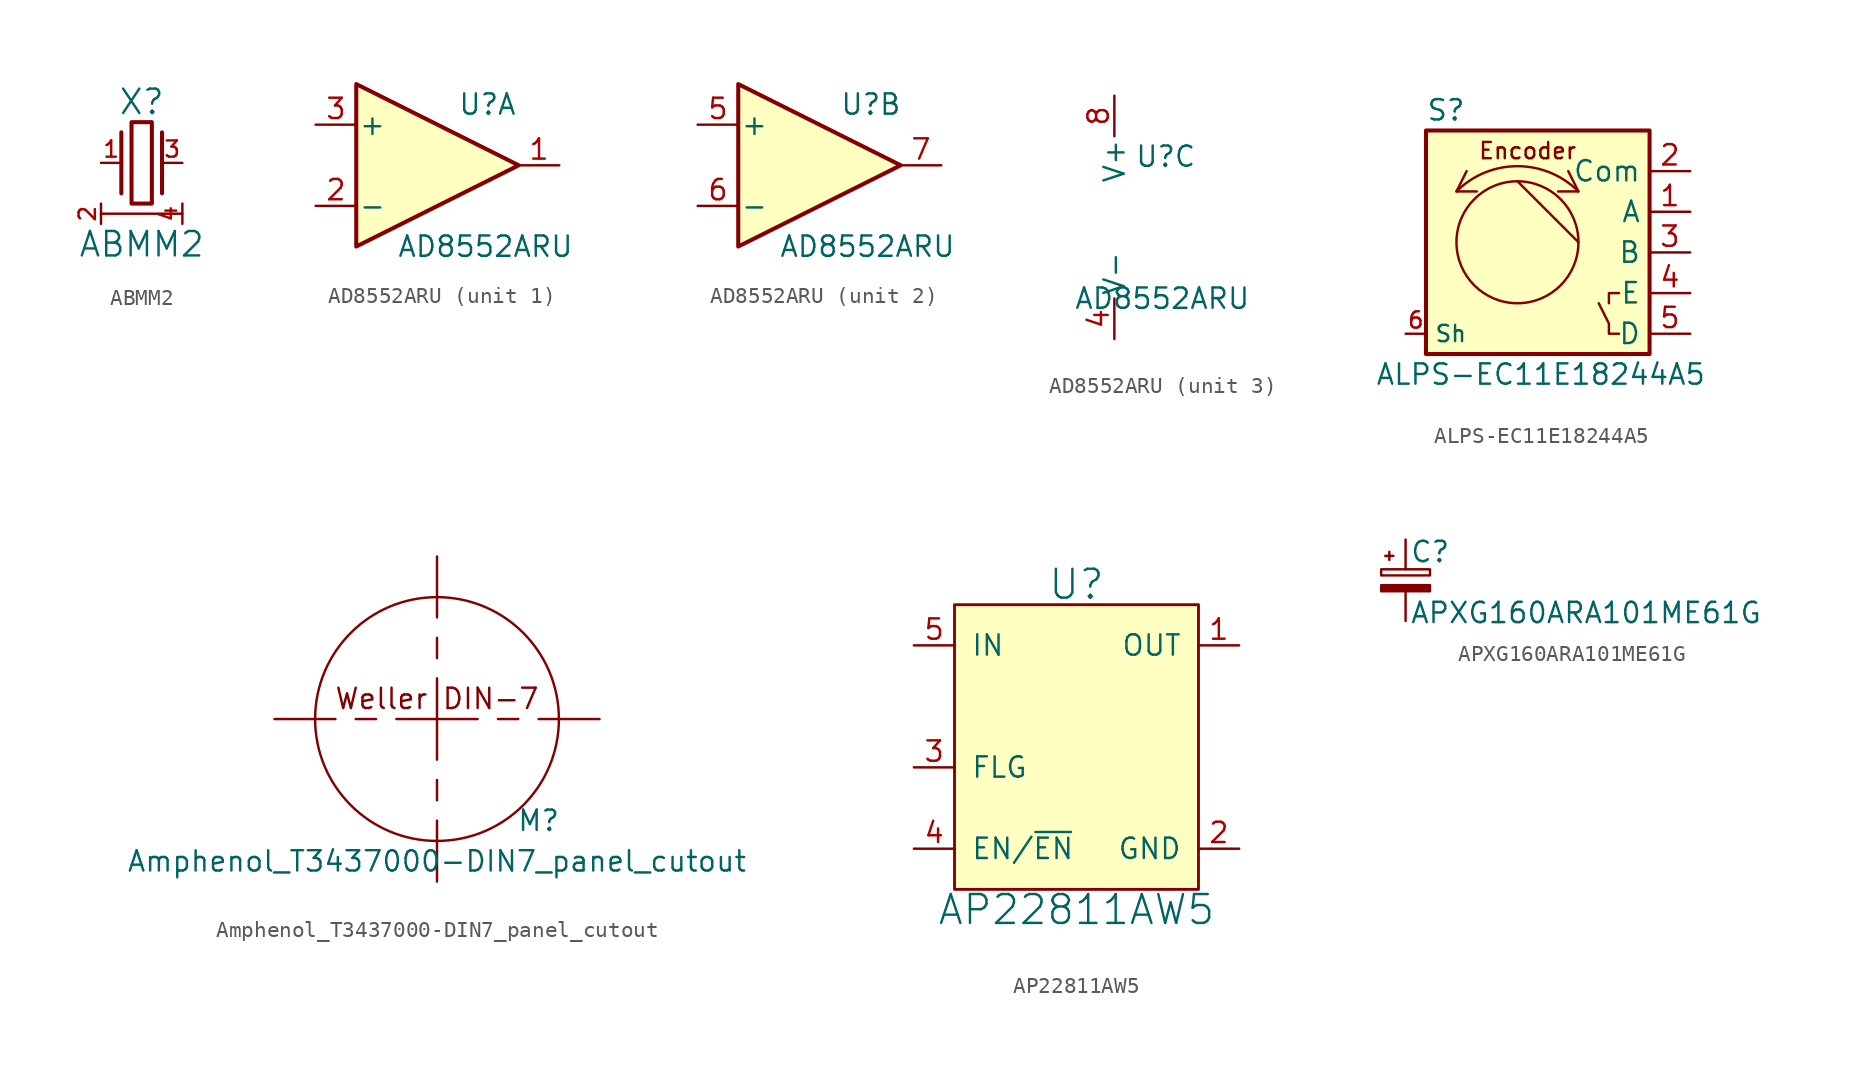
<source format=kicad_sym>
(kicad_symbol_lib
  (version 20211014)
  (generator kicad_symbol_editor)
  (symbol "ABMM2"
    (pin_names
      (offset 1.016) hide)
    (property "Reference" "X"
      (at 0 3.81 0)
      (effects (font (size 1.524 1.524))))
    (property "Value" "ABMM2"
      (at 0 -5.08 0)
      (effects (font (size 1.524 1.524))))
    (symbol "ABMM2_0_0"
      (rectangle (start -0.635 2.54) (end 0.635 -2.54) (stroke (width 0.254) (type default) (color 0 0 0 0)) (fill (type none)))
      (polyline (pts (xy -1.27 1.905) (xy -1.27 -1.905)) (stroke (width 0.254) (type default) (color 0 0 0 0)) (fill (type none)))
      (polyline (pts (xy 1.27 1.905) (xy 1.27 -1.905)) (stroke (width 0.254) (type default) (color 0 0 0 0)) (fill (type none))))
    (symbol "ABMM2_0_1"
      (polyline (pts (xy -2.54 -3.175) (xy 2.54 -3.175)) (stroke (width 0) (type default) (color 0 0 0 0)) (fill (type none)))
      (pin passive line (at -2.54 0 0) (length 1.27) (name "1" (effects (font (size 1.016 1.016)))) (number "1" (effects (font (size 1.016 1.016)))))
      (pin passive line (at -2.54 -3.81 90) (length 1.27) (name "2" (effects (font (size 1.016 1.016)))) (number "2" (effects (font (size 1.016 1.016)))))
      (pin passive line (at 2.54 0 180) (length 1.27) (name "3" (effects (font (size 1.016 1.016)))) (number "3" (effects (font (size 1.016 1.016)))))
      (pin passive line (at 2.54 -3.81 90) (length 1.27) (name "4" (effects (font (size 1.016 1.016)))) (number "4" (effects (font (size 1.016 1.016)))))))
  (symbol "AD8552ARU"
    (pin_names
      (offset 0.127))
    (property "Reference" "U"
      (at 1.27 3.81 0)
      (effects (font (size 1.27 1.27)) (justify left)))
    (property "Value" "AD8552ARU"
      (at -2.54 -5.08 0)
      (effects (font (size 1.27 1.27)) (justify left)))
    (property "ki_locked" ""
      (at 0 0 0)
      (effects (font (size 1.27 1.27))))
    (symbol "AD8552ARU_1_1"
      (polyline (pts (xy -5.08 5.08) (xy 5.08 0) (xy -5.08 -5.08) (xy -5.08 5.08)) (stroke (width 0.254) (type default) (color 0 0 0 0)) (fill (type background)))
      (pin output line (at 7.62 0 180) (length 2.54) (name "~" (effects (font (size 1.27 1.27)))) (number "1" (effects (font (size 1.27 1.27)))))
      (pin input line (at -7.62 -2.54 0) (length 2.54) (name "-" (effects (font (size 1.27 1.27)))) (number "2" (effects (font (size 1.27 1.27)))))
      (pin input line (at -7.62 2.54 0) (length 2.54) (name "+" (effects (font (size 1.27 1.27)))) (number "3" (effects (font (size 1.27 1.27))))))
    (symbol "AD8552ARU_2_1"
      (polyline (pts (xy -5.08 5.08) (xy 5.08 0) (xy -5.08 -5.08) (xy -5.08 5.08)) (stroke (width 0.254) (type default) (color 0 0 0 0)) (fill (type background)))
      (pin input line (at -7.62 2.54 0) (length 2.54) (name "+" (effects (font (size 1.27 1.27)))) (number "5" (effects (font (size 1.27 1.27)))))
      (pin input line (at -7.62 -2.54 0) (length 2.54) (name "-" (effects (font (size 1.27 1.27)))) (number "6" (effects (font (size 1.27 1.27)))))
      (pin output line (at 7.62 0 180) (length 2.54) (name "~" (effects (font (size 1.27 1.27)))) (number "7" (effects (font (size 1.27 1.27))))))
    (symbol "AD8552ARU_3_1"
      (pin power_in line (at 0 -7.62 90) (length 2.54) (name "V-" (effects (font (size 1.27 1.27)))) (number "4" (effects (font (size 1.27 1.27)))))
      (pin power_in line (at 0 7.62 270) (length 2.54) (name "V+" (effects (font (size 1.27 1.27)))) (number "8" (effects (font (size 1.27 1.27)))))))
  (symbol "ALPS-EC11E18244A5"
    (property "Reference" "S"
      (at -6.35 8.89 0)
      (effects (font (size 1.27 1.27)) (justify left)))
    (property "Value" "ALPS-EC11E18244A5"
      (at -9.525 -7.62 0)
      (effects (font (size 1.27 1.27)) (justify left)))
    (symbol "ALPS-EC11E18244A5_0_0"
      (polyline (pts (xy -0.635 4.445) (xy 3.175 0.635)) (stroke (width 0) (type default) (color 0 0 0 0)) (fill (type none)))
      (polyline (pts (xy -3.81 5.08) (xy -4.445 3.81) (xy -3.175 3.81)) (stroke (width 0) (type default) (color 0 0 0 0)) (fill (type none)))
      (polyline (pts (xy 2.54 5.08) (xy 3.175 3.81) (xy 1.905 3.81)) (stroke (width 0) (type default) (color 0 0 0 0)) (fill (type none)))
      (polyline (pts (xy 5.08 -3.175) (xy 5.08 -2.54) (xy 5.715 -2.54)) (stroke (width 0) (type default) (color 0 0 0 0)) (fill (type none)))
      (polyline (pts (xy 5.715 -5.08) (xy 5.08 -5.08) (xy 5.08 -4.445) (xy 4.445 -3.175)) (stroke (width 0) (type default) (color 0 0 0 0)) (fill (type none)))
      (arc (start 3.175 3.81) (mid -0.635 5.3882) (end -4.445 3.81) (stroke (width 0) (type default) (color 0 0 0 0)) (fill (type none)))
      (text "Encoder" (at 0 6.35 0) (effects (font (size 1.016 1.016)))))
    (symbol "ALPS-EC11E18244A5_0_1"
      (circle (center -0.635 0.635) (radius 3.81) (stroke (width 0) (type default) (color 0 0 0 0)) (fill (type none)))
      (rectangle (start 7.62 7.62) (end -6.35 -6.35) (stroke (width 0.254) (type default) (color 0 0 0 0)) (fill (type background))))
    (symbol "ALPS-EC11E18244A5_1_1"
      (pin passive line (at 10.16 2.54 180) (length 2.54) (name "A" (effects (font (size 1.27 1.27)))) (number "1" (effects (font (size 1.27 1.27)))))
      (pin passive line (at 10.16 5.08 180) (length 2.54) (name "Com" (effects (font (size 1.27 1.27)))) (number "2" (effects (font (size 1.27 1.27)))))
      (pin passive line (at 10.16 0 180) (length 2.54) (name "B" (effects (font (size 1.27 1.27)))) (number "3" (effects (font (size 1.27 1.27)))))
      (pin passive line (at 10.16 -2.54 180) (length 2.54) (name "E" (effects (font (size 1.27 1.27)))) (number "4" (effects (font (size 1.27 1.27)))))
      (pin passive line (at 10.16 -5.08 180) (length 2.54) (name "D" (effects (font (size 1.27 1.27)))) (number "5" (effects (font (size 1.27 1.27)))))
      (pin passive line (at -7.62 -5.08 0) (length 1.27) (name "Sh" (effects (font (size 1.016 1.016)))) (number "6" (effects (font (size 1.016 1.016)))))))
  (symbol "Amphenol_T3437000-DIN7_panel_cutout"
    (pin_names
      (offset 1.016))
    (property "Reference" "M"
      (at 6.35 -6.35 0)
      (effects (font (size 1.27 1.27))))
    (property "Value" "Amphenol_T3437000-DIN7_panel_cutout"
      (at 0 -8.89 0)
      (effects (font (size 1.27 1.27))))
    (symbol "Amphenol_T3437000-DIN7_panel_cutout_0_0"
      (polyline (pts (xy -6.35 0) (xy -10.16 0)) (stroke (width 0) (type default) (color 0 0 0 0)) (fill (type none)))
      (polyline (pts (xy -3.81 0) (xy -5.08 0)) (stroke (width 0) (type default) (color 0 0 0 0)) (fill (type none)))
      (polyline (pts (xy -2.54 0) (xy 2.54 0)) (stroke (width 0) (type default) (color 0 0 0 0)) (fill (type none)))
      (polyline (pts (xy 0 -6.35) (xy 0 -10.16)) (stroke (width 0) (type default) (color 0 0 0 0)) (fill (type none)))
      (polyline (pts (xy 0 -3.81) (xy 0 -5.08)) (stroke (width 0) (type default) (color 0 0 0 0)) (fill (type none)))
      (polyline (pts (xy 0 2.54) (xy 0 -2.54)) (stroke (width 0) (type default) (color 0 0 0 0)) (fill (type none)))
      (polyline (pts (xy 0 3.81) (xy 0 5.08)) (stroke (width 0) (type default) (color 0 0 0 0)) (fill (type none)))
      (polyline (pts (xy 0 6.35) (xy 0 10.16)) (stroke (width 0) (type default) (color 0 0 0 0)) (fill (type none)))
      (polyline (pts (xy 3.81 0) (xy 5.08 0)) (stroke (width 0) (type default) (color 0 0 0 0)) (fill (type none)))
      (polyline (pts (xy 6.35 0) (xy 10.16 0)) (stroke (width 0) (type default) (color 0 0 0 0)) (fill (type none)))
      (circle (center 0 0) (radius 7.62) (stroke (width 0) (type default) (color 0 0 0 0)) (fill (type none)))
      (text "Weller DIN-7" (at 0 1.27 0) (effects (font (size 1.27 1.27))))))
  (symbol "AP22811AW5"
    (pin_names
      (offset 1.016))
    (property "Reference" "U"
      (at 0 11.43 0)
      (effects (font (size 1.803 1.803))))
    (property "Value" "AP22811AW5"
      (at 0 -8.89 0)
      (effects (font (size 1.803 1.803))))
    (symbol "AP22811AW5_0_1"
      (rectangle (start -7.62 10.16) (end 7.62 -7.62) (stroke (width 0.178) (type default) (color 0 0 0 0)) (fill (type background))))
    (symbol "AP22811AW5_1_1"
      (pin power_out line (at 10.16 7.62 180) (length 2.54) (name "OUT" (effects (font (size 1.27 1.27)))) (number "1" (effects (font (size 1.27 1.27)))))
      (pin power_in line (at 10.16 -5.08 180) (length 2.54) (name "GND" (effects (font (size 1.27 1.27)))) (number "2" (effects (font (size 1.27 1.27)))))
      (pin open_collector line (at -10.16 0 0) (length 2.54) (name "FLG" (effects (font (size 1.27 1.27)))) (number "3" (effects (font (size 1.27 1.27)))))
      (pin input line (at -10.16 -5.08 0) (length 2.54) (name "EN/~{EN}" (effects (font (size 1.27 1.27)))) (number "4" (effects (font (size 1.27 1.27)))))
      (pin power_in line (at -10.16 7.62 0) (length 2.54) (name "IN" (effects (font (size 1.27 1.27)))) (number "5" (effects (font (size 1.27 1.27)))))))
  (symbol "APXG160ARA101ME61G"
    (pin_numbers hide)
    (pin_names
      (offset 0.254) hide)
    (property "Reference" "C"
      (at 0.254 1.778 0)
      (effects (font (size 1.27 1.27)) (justify left)))
    (property "Value" "APXG160ARA101ME61G"
      (at 0.254 -2.032 0)
      (effects (font (size 1.27 1.27)) (justify left)))
    (symbol "APXG160ARA101ME61G_0_1"
      (rectangle (start -1.524 -0.305) (end 1.524 -0.686) (stroke (width 0) (type default) (color 0 0 0 0)) (fill (type outline)))
      (rectangle (start -1.524 0.686) (end 1.524 0.305) (stroke (width 0) (type default) (color 0 0 0 0)) (fill (type none)))
      (polyline (pts (xy -1.27 1.524) (xy -0.762 1.524)) (stroke (width 0) (type default) (color 0 0 0 0)) (fill (type none)))
      (polyline (pts (xy -1.016 1.27) (xy -1.016 1.778)) (stroke (width 0) (type default) (color 0 0 0 0)) (fill (type none))))
    (symbol "APXG160ARA101ME61G_1_1"
      (pin passive line (at 0 2.54 270) (length 1.854) (name "~" (effects (font (size 1.27 1.27)))) (number "1" (effects (font (size 1.27 1.27)))))
      (pin passive line (at 0 -2.54 90) (length 1.854) (name "~" (effects (font (size 1.27 1.27)))) (number "2" (effects (font (size 1.27 1.27))))))))
</source>
